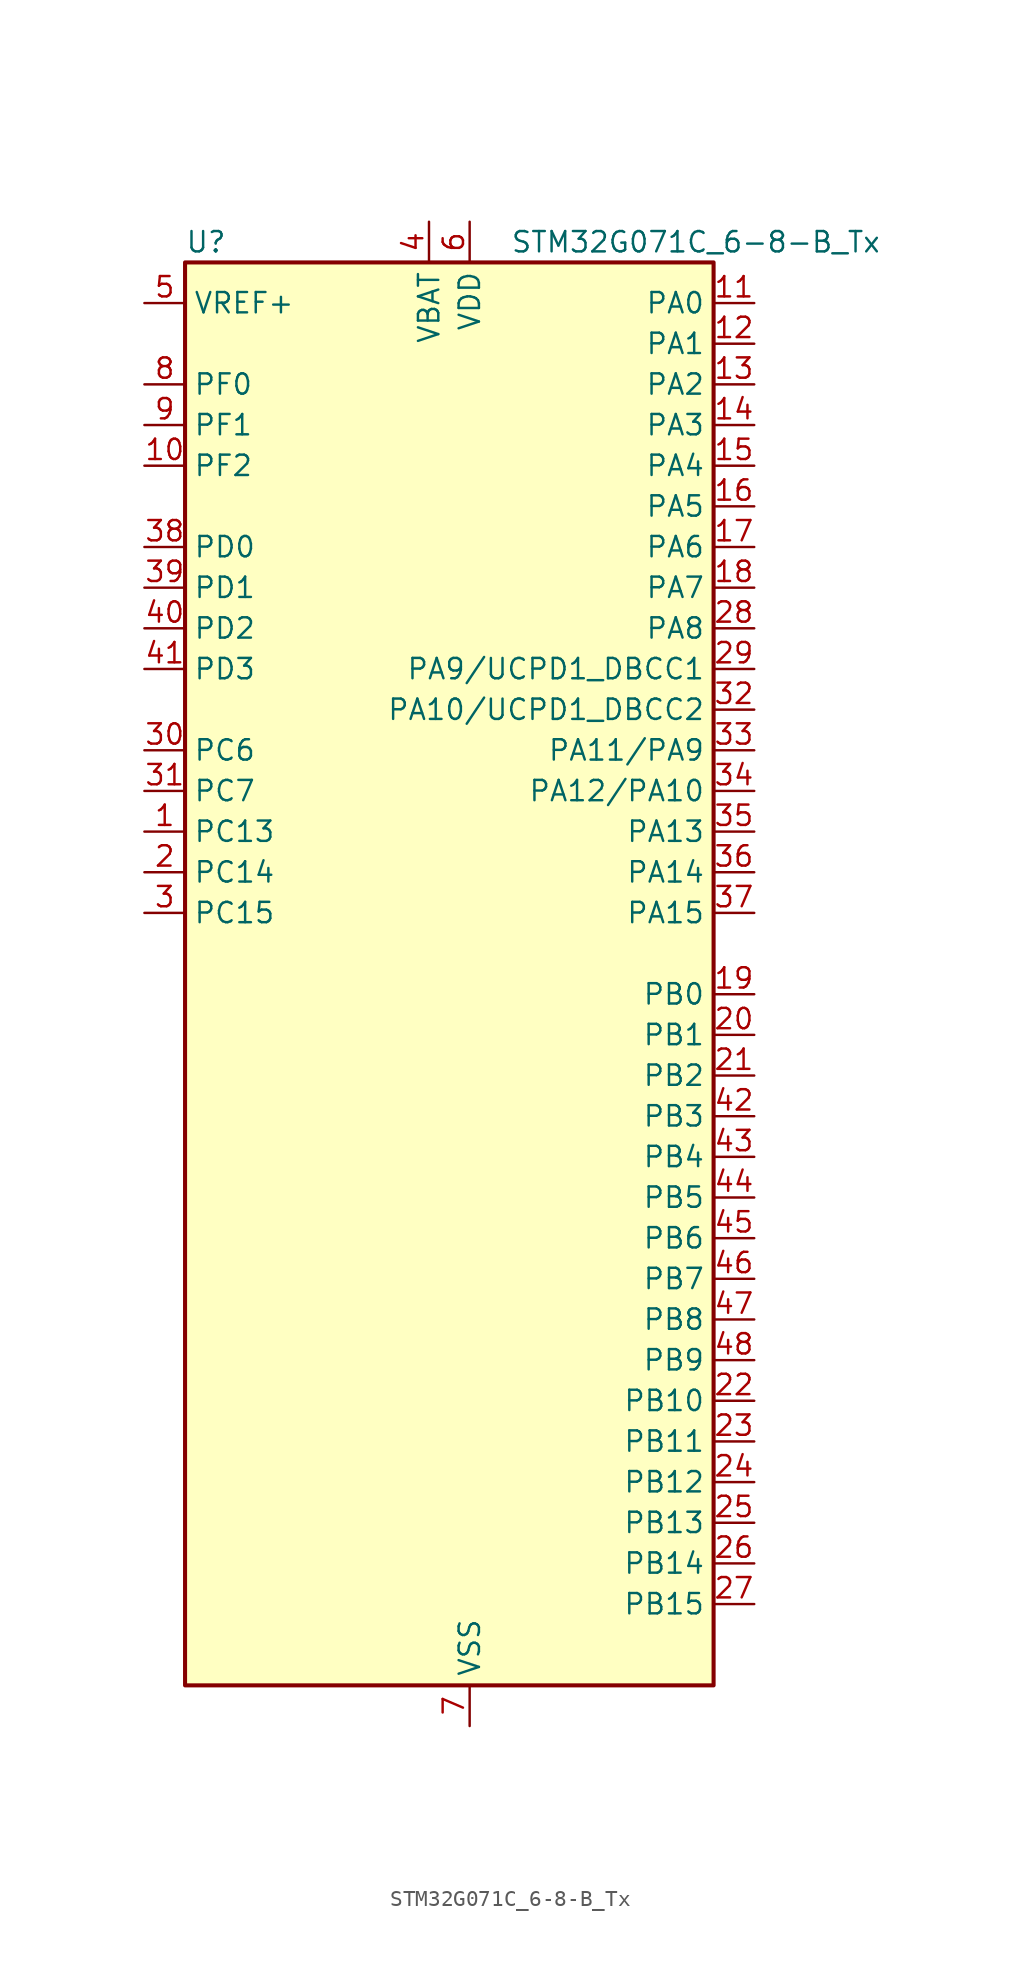
<source format=kicad_sym>
(kicad_symbol_lib
  (version 20220914)
  (generator kicad_symbol_editor)
  (symbol "STM32G071C_6-8-B_Tx"
    (property "Reference" "U"
      (at -15.24 46.99 0)
      (effects (font (size 1.27 1.27)) (justify left)))
    (property "Value" "STM32G071C_6-8-B_Tx"
      (at 5.08 46.99 0)
      (effects (font (size 1.27 1.27)) (justify left)))
    (property "ki_locked" ""
      (at 0 0 0)
      (effects (font (size 1.27 1.27))))
    (symbol "STM32G071C_6-8-B_Tx_0_1"
      (rectangle (start -15.24 -43.18) (end 17.78 45.72) (stroke (width 0.254) (type default)) (fill (type background))))
    (symbol "STM32G071C_6-8-B_Tx_1_1"
      (pin bidirectional line (at -17.78 10.16 0) (length 2.54) (name "PC13" (effects (font (size 1.27 1.27)))) (number "1" (effects (font (size 1.27 1.27)))) (alternate "RTC_OUT_ALARM" bidirectional line) (alternate "RTC_OUT_CALIB" bidirectional line) (alternate "RTC_TAMP_IN1" bidirectional line) (alternate "RTC_TS" bidirectional line) (alternate "SYS_WKUP2" bidirectional line) (alternate "TIM1_BK" bidirectional line))
      (pin bidirectional line (at -17.78 33.02 0) (length 2.54) (name "PF2" (effects (font (size 1.27 1.27)))) (number "10" (effects (font (size 1.27 1.27)))) (alternate "RCC_MCO" bidirectional line))
      (pin bidirectional line (at 20.32 43.18 180) (length 2.54) (name "PA0" (effects (font (size 1.27 1.27)))) (number "11" (effects (font (size 1.27 1.27)))) (alternate "ADC1_IN0" bidirectional line) (alternate "COMP1_INM" bidirectional line) (alternate "COMP1_OUT" bidirectional line) (alternate "LPTIM1_OUT" bidirectional line) (alternate "RTC_TAMP_IN2" bidirectional line) (alternate "SPI2_SCK" bidirectional line) (alternate "SYS_WKUP1" bidirectional line) (alternate "TIM2_CH1" bidirectional line) (alternate "TIM2_ETR" bidirectional line) (alternate "UCPD2_FRSTX1" bidirectional line) (alternate "UCPD2_FRSTX2" bidirectional line) (alternate "USART2_CTS" bidirectional line) (alternate "USART2_NSS" bidirectional line) (alternate "USART4_TX" bidirectional line))
      (pin bidirectional line (at 20.32 40.64 180) (length 2.54) (name "PA1" (effects (font (size 1.27 1.27)))) (number "12" (effects (font (size 1.27 1.27)))) (alternate "ADC1_IN1" bidirectional line) (alternate "COMP1_INP" bidirectional line) (alternate "I2C1_SMBA" bidirectional line) (alternate "I2S1_CK" bidirectional line) (alternate "SPI1_SCK" bidirectional line) (alternate "TIM15_CH1N" bidirectional line) (alternate "TIM2_CH2" bidirectional line) (alternate "USART2_CK" bidirectional line) (alternate "USART2_DE" bidirectional line) (alternate "USART2_RTS" bidirectional line) (alternate "USART4_RX" bidirectional line))
      (pin bidirectional line (at 20.32 38.1 180) (length 2.54) (name "PA2" (effects (font (size 1.27 1.27)))) (number "13" (effects (font (size 1.27 1.27)))) (alternate "ADC1_IN2" bidirectional line) (alternate "COMP2_INM" bidirectional line) (alternate "COMP2_OUT" bidirectional line) (alternate "I2S1_SD" bidirectional line) (alternate "LPUART1_TX" bidirectional line) (alternate "RCC_LSCO" bidirectional line) (alternate "SPI1_MOSI" bidirectional line) (alternate "SYS_WKUP4" bidirectional line) (alternate "TIM15_CH1" bidirectional line) (alternate "TIM2_CH3" bidirectional line) (alternate "UCPD1_FRSTX1" bidirectional line) (alternate "UCPD1_FRSTX2" bidirectional line) (alternate "USART2_TX" bidirectional line))
      (pin bidirectional line (at 20.32 35.56 180) (length 2.54) (name "PA3" (effects (font (size 1.27 1.27)))) (number "14" (effects (font (size 1.27 1.27)))) (alternate "ADC1_IN3" bidirectional line) (alternate "COMP2_INP" bidirectional line) (alternate "LPUART1_RX" bidirectional line) (alternate "SPI2_MISO" bidirectional line) (alternate "TIM15_CH2" bidirectional line) (alternate "TIM2_CH4" bidirectional line) (alternate "UCPD2_FRSTX1" bidirectional line) (alternate "UCPD2_FRSTX2" bidirectional line) (alternate "USART2_RX" bidirectional line))
      (pin bidirectional line (at 20.32 33.02 180) (length 2.54) (name "PA4" (effects (font (size 1.27 1.27)))) (number "15" (effects (font (size 1.27 1.27)))) (alternate "ADC1_IN4" bidirectional line) (alternate "DAC1_OUT1" bidirectional line) (alternate "I2S1_WS" bidirectional line) (alternate "LPTIM2_OUT" bidirectional line) (alternate "RTC_OUT_ALARM" bidirectional line) (alternate "RTC_OUT_CALIB" bidirectional line) (alternate "SPI1_NSS" bidirectional line) (alternate "SPI2_MOSI" bidirectional line) (alternate "TIM14_CH1" bidirectional line) (alternate "UCPD2_FRSTX1" bidirectional line) (alternate "UCPD2_FRSTX2" bidirectional line))
      (pin bidirectional line (at 20.32 30.48 180) (length 2.54) (name "PA5" (effects (font (size 1.27 1.27)))) (number "16" (effects (font (size 1.27 1.27)))) (alternate "ADC1_IN5" bidirectional line) (alternate "CEC" bidirectional line) (alternate "DAC1_OUT2" bidirectional line) (alternate "I2S1_CK" bidirectional line) (alternate "LPTIM2_ETR" bidirectional line) (alternate "SPI1_SCK" bidirectional line) (alternate "TIM2_CH1" bidirectional line) (alternate "TIM2_ETR" bidirectional line) (alternate "UCPD1_FRSTX1" bidirectional line) (alternate "UCPD1_FRSTX2" bidirectional line) (alternate "USART3_TX" bidirectional line))
      (pin bidirectional line (at 20.32 27.94 180) (length 2.54) (name "PA6" (effects (font (size 1.27 1.27)))) (number "17" (effects (font (size 1.27 1.27)))) (alternate "ADC1_IN6" bidirectional line) (alternate "COMP1_OUT" bidirectional line) (alternate "I2S1_MCK" bidirectional line) (alternate "LPUART1_CTS" bidirectional line) (alternate "SPI1_MISO" bidirectional line) (alternate "TIM16_CH1" bidirectional line) (alternate "TIM1_BK" bidirectional line) (alternate "TIM3_CH1" bidirectional line) (alternate "USART3_CTS" bidirectional line) (alternate "USART3_NSS" bidirectional line))
      (pin bidirectional line (at 20.32 25.4 180) (length 2.54) (name "PA7" (effects (font (size 1.27 1.27)))) (number "18" (effects (font (size 1.27 1.27)))) (alternate "ADC1_IN7" bidirectional line) (alternate "COMP2_OUT" bidirectional line) (alternate "I2S1_SD" bidirectional line) (alternate "SPI1_MOSI" bidirectional line) (alternate "TIM14_CH1" bidirectional line) (alternate "TIM17_CH1" bidirectional line) (alternate "TIM1_CH1N" bidirectional line) (alternate "TIM3_CH2" bidirectional line) (alternate "UCPD1_FRSTX1" bidirectional line) (alternate "UCPD1_FRSTX2" bidirectional line))
      (pin bidirectional line (at 20.32 0 180) (length 2.54) (name "PB0" (effects (font (size 1.27 1.27)))) (number "19" (effects (font (size 1.27 1.27)))) (alternate "ADC1_IN8" bidirectional line) (alternate "COMP1_OUT" bidirectional line) (alternate "I2S1_WS" bidirectional line) (alternate "LPTIM1_OUT" bidirectional line) (alternate "SPI1_NSS" bidirectional line) (alternate "TIM1_CH2N" bidirectional line) (alternate "TIM3_CH3" bidirectional line) (alternate "UCPD1_FRSTX1" bidirectional line) (alternate "UCPD1_FRSTX2" bidirectional line) (alternate "USART3_RX" bidirectional line))
      (pin bidirectional line (at -17.78 7.62 0) (length 2.54) (name "PC14" (effects (font (size 1.27 1.27)))) (number "2" (effects (font (size 1.27 1.27)))) (alternate "RCC_OSC32_IN" bidirectional line) (alternate "TIM1_BK2" bidirectional line))
      (pin bidirectional line (at 20.32 -2.54 180) (length 2.54) (name "PB1" (effects (font (size 1.27 1.27)))) (number "20" (effects (font (size 1.27 1.27)))) (alternate "ADC1_IN9" bidirectional line) (alternate "COMP1_INM" bidirectional line) (alternate "LPTIM2_IN1" bidirectional line) (alternate "LPUART1_DE" bidirectional line) (alternate "LPUART1_RTS" bidirectional line) (alternate "TIM14_CH1" bidirectional line) (alternate "TIM1_CH3N" bidirectional line) (alternate "TIM3_CH4" bidirectional line) (alternate "USART3_CK" bidirectional line) (alternate "USART3_DE" bidirectional line) (alternate "USART3_RTS" bidirectional line))
      (pin bidirectional line (at 20.32 -5.08 180) (length 2.54) (name "PB2" (effects (font (size 1.27 1.27)))) (number "21" (effects (font (size 1.27 1.27)))) (alternate "ADC1_IN10" bidirectional line) (alternate "COMP1_INP" bidirectional line) (alternate "LPTIM1_OUT" bidirectional line) (alternate "SPI2_MISO" bidirectional line) (alternate "USART3_TX" bidirectional line))
      (pin bidirectional line (at 20.32 -25.4 180) (length 2.54) (name "PB10" (effects (font (size 1.27 1.27)))) (number "22" (effects (font (size 1.27 1.27)))) (alternate "ADC1_IN11" bidirectional line) (alternate "CEC" bidirectional line) (alternate "COMP1_OUT" bidirectional line) (alternate "I2C2_SCL" bidirectional line) (alternate "LPUART1_RX" bidirectional line) (alternate "SPI2_SCK" bidirectional line) (alternate "TIM2_CH3" bidirectional line) (alternate "USART3_TX" bidirectional line))
      (pin bidirectional line (at 20.32 -27.94 180) (length 2.54) (name "PB11" (effects (font (size 1.27 1.27)))) (number "23" (effects (font (size 1.27 1.27)))) (alternate "ADC1_EXTI11" bidirectional line) (alternate "ADC1_IN15" bidirectional line) (alternate "COMP2_OUT" bidirectional line) (alternate "I2C2_SDA" bidirectional line) (alternate "LPUART1_TX" bidirectional line) (alternate "SPI2_MOSI" bidirectional line) (alternate "TIM2_CH4" bidirectional line) (alternate "USART3_RX" bidirectional line))
      (pin bidirectional line (at 20.32 -30.48 180) (length 2.54) (name "PB12" (effects (font (size 1.27 1.27)))) (number "24" (effects (font (size 1.27 1.27)))) (alternate "ADC1_IN16" bidirectional line) (alternate "LPUART1_DE" bidirectional line) (alternate "LPUART1_RTS" bidirectional line) (alternate "SPI2_NSS" bidirectional line) (alternate "TIM15_BK" bidirectional line) (alternate "TIM1_BK" bidirectional line) (alternate "UCPD2_FRSTX1" bidirectional line) (alternate "UCPD2_FRSTX2" bidirectional line))
      (pin bidirectional line (at 20.32 -33.02 180) (length 2.54) (name "PB13" (effects (font (size 1.27 1.27)))) (number "25" (effects (font (size 1.27 1.27)))) (alternate "I2C2_SCL" bidirectional line) (alternate "LPUART1_CTS" bidirectional line) (alternate "SPI2_SCK" bidirectional line) (alternate "TIM15_CH1N" bidirectional line) (alternate "TIM1_CH1N" bidirectional line) (alternate "USART3_CTS" bidirectional line) (alternate "USART3_NSS" bidirectional line))
      (pin bidirectional line (at 20.32 -35.56 180) (length 2.54) (name "PB14" (effects (font (size 1.27 1.27)))) (number "26" (effects (font (size 1.27 1.27)))) (alternate "I2C2_SDA" bidirectional line) (alternate "SPI2_MISO" bidirectional line) (alternate "TIM15_CH1" bidirectional line) (alternate "TIM1_CH2N" bidirectional line) (alternate "UCPD1_FRSTX1" bidirectional line) (alternate "UCPD1_FRSTX2" bidirectional line) (alternate "USART3_CK" bidirectional line) (alternate "USART3_DE" bidirectional line) (alternate "USART3_RTS" bidirectional line))
      (pin bidirectional line (at 20.32 -38.1 180) (length 2.54) (name "PB15" (effects (font (size 1.27 1.27)))) (number "27" (effects (font (size 1.27 1.27)))) (alternate "RTC_REFIN" bidirectional line) (alternate "SPI2_MOSI" bidirectional line) (alternate "TIM15_CH1N" bidirectional line) (alternate "TIM15_CH2" bidirectional line) (alternate "TIM1_CH3N" bidirectional line) (alternate "UCPD1_CC2" bidirectional line))
      (pin bidirectional line (at 20.32 22.86 180) (length 2.54) (name "PA8" (effects (font (size 1.27 1.27)))) (number "28" (effects (font (size 1.27 1.27)))) (alternate "LPTIM2_OUT" bidirectional line) (alternate "RCC_MCO" bidirectional line) (alternate "SPI2_NSS" bidirectional line) (alternate "TIM1_CH1" bidirectional line) (alternate "UCPD1_CC1" bidirectional line))
      (pin bidirectional line (at 20.32 20.32 180) (length 2.54) (name "PA9/UCPD1_DBCC1" (effects (font (size 1.27 1.27)))) (number "29" (effects (font (size 1.27 1.27)))) (alternate "DAC1_EXTI9" bidirectional line) (alternate "I2C1_SCL" bidirectional line) (alternate "RCC_MCO" bidirectional line) (alternate "SPI2_MISO" bidirectional line) (alternate "TIM15_BK" bidirectional line) (alternate "TIM1_CH2" bidirectional line) (alternate "UCPD1_DBCC1" bidirectional line) (alternate "USART1_TX" bidirectional line))
      (pin bidirectional line (at -17.78 5.08 0) (length 2.54) (name "PC15" (effects (font (size 1.27 1.27)))) (number "3" (effects (font (size 1.27 1.27)))) (alternate "RCC_OSC32_EN" bidirectional line) (alternate "RCC_OSC32_OUT" bidirectional line) (alternate "RCC_OSC_EN" bidirectional line) (alternate "TIM15_BK" bidirectional line))
      (pin bidirectional line (at -17.78 15.24 0) (length 2.54) (name "PC6" (effects (font (size 1.27 1.27)))) (number "30" (effects (font (size 1.27 1.27)))) (alternate "TIM2_CH3" bidirectional line) (alternate "TIM3_CH1" bidirectional line) (alternate "UCPD1_FRSTX1" bidirectional line) (alternate "UCPD1_FRSTX2" bidirectional line))
      (pin bidirectional line (at -17.78 12.7 0) (length 2.54) (name "PC7" (effects (font (size 1.27 1.27)))) (number "31" (effects (font (size 1.27 1.27)))) (alternate "TIM2_CH4" bidirectional line) (alternate "TIM3_CH2" bidirectional line) (alternate "UCPD2_FRSTX1" bidirectional line) (alternate "UCPD2_FRSTX2" bidirectional line))
      (pin bidirectional line (at 20.32 17.78 180) (length 2.54) (name "PA10/UCPD1_DBCC2" (effects (font (size 1.27 1.27)))) (number "32" (effects (font (size 1.27 1.27)))) (alternate "I2C1_SDA" bidirectional line) (alternate "SPI2_MOSI" bidirectional line) (alternate "TIM17_BK" bidirectional line) (alternate "TIM1_CH3" bidirectional line) (alternate "UCPD1_DBCC2" bidirectional line) (alternate "USART1_RX" bidirectional line))
      (pin bidirectional line (at 20.32 15.24 180) (length 2.54) (name "PA11/PA9" (effects (font (size 1.27 1.27)))) (number "33" (effects (font (size 1.27 1.27)))) (alternate "ADC1_EXTI11" bidirectional line) (alternate "COMP1_OUT" bidirectional line) (alternate "I2C2_SCL" bidirectional line) (alternate "I2S1_MCK" bidirectional line) (alternate "SPI1_MISO" bidirectional line) (alternate "TIM1_BK2" bidirectional line) (alternate "TIM1_CH4" bidirectional line) (alternate "USART1_CTS" bidirectional line) (alternate "USART1_NSS" bidirectional line))
      (pin bidirectional line (at 20.32 12.7 180) (length 2.54) (name "PA12/PA10" (effects (font (size 1.27 1.27)))) (number "34" (effects (font (size 1.27 1.27)))) (alternate "COMP2_OUT" bidirectional line) (alternate "I2C2_SDA" bidirectional line) (alternate "I2S1_SD" bidirectional line) (alternate "I2S_CKIN" bidirectional line) (alternate "SPI1_MOSI" bidirectional line) (alternate "TIM1_ETR" bidirectional line) (alternate "USART1_CK" bidirectional line) (alternate "USART1_DE" bidirectional line) (alternate "USART1_RTS" bidirectional line))
      (pin bidirectional line (at 20.32 10.16 180) (length 2.54) (name "PA13" (effects (font (size 1.27 1.27)))) (number "35" (effects (font (size 1.27 1.27)))) (alternate "IR_OUT" bidirectional line) (alternate "SYS_SWDIO" bidirectional line))
      (pin bidirectional line (at 20.32 7.62 180) (length 2.54) (name "PA14" (effects (font (size 1.27 1.27)))) (number "36" (effects (font (size 1.27 1.27)))) (alternate "SYS_SWCLK" bidirectional line) (alternate "USART2_TX" bidirectional line))
      (pin bidirectional line (at 20.32 5.08 180) (length 2.54) (name "PA15" (effects (font (size 1.27 1.27)))) (number "37" (effects (font (size 1.27 1.27)))) (alternate "I2S1_WS" bidirectional line) (alternate "SPI1_NSS" bidirectional line) (alternate "TIM2_CH1" bidirectional line) (alternate "TIM2_ETR" bidirectional line) (alternate "USART2_RX" bidirectional line) (alternate "USART3_CK" bidirectional line) (alternate "USART3_DE" bidirectional line) (alternate "USART3_RTS" bidirectional line) (alternate "USART4_CK" bidirectional line) (alternate "USART4_DE" bidirectional line) (alternate "USART4_RTS" bidirectional line))
      (pin bidirectional line (at -17.78 27.94 0) (length 2.54) (name "PD0" (effects (font (size 1.27 1.27)))) (number "38" (effects (font (size 1.27 1.27)))) (alternate "SPI2_NSS" bidirectional line) (alternate "TIM16_CH1" bidirectional line) (alternate "UCPD2_CC1" bidirectional line))
      (pin bidirectional line (at -17.78 25.4 0) (length 2.54) (name "PD1" (effects (font (size 1.27 1.27)))) (number "39" (effects (font (size 1.27 1.27)))) (alternate "SPI2_SCK" bidirectional line) (alternate "TIM17_CH1" bidirectional line) (alternate "UCPD2_DBCC1" bidirectional line))
      (pin power_in line (at 0 48.26 270) (length 2.54) (name "VBAT" (effects (font (size 1.27 1.27)))) (number "4" (effects (font (size 1.27 1.27)))))
      (pin bidirectional line (at -17.78 22.86 0) (length 2.54) (name "PD2" (effects (font (size 1.27 1.27)))) (number "40" (effects (font (size 1.27 1.27)))) (alternate "TIM1_CH1N" bidirectional line) (alternate "TIM3_ETR" bidirectional line) (alternate "UCPD2_CC2" bidirectional line) (alternate "USART3_CK" bidirectional line) (alternate "USART3_DE" bidirectional line) (alternate "USART3_RTS" bidirectional line))
      (pin bidirectional line (at -17.78 20.32 0) (length 2.54) (name "PD3" (effects (font (size 1.27 1.27)))) (number "41" (effects (font (size 1.27 1.27)))) (alternate "SPI2_MISO" bidirectional line) (alternate "TIM1_CH2N" bidirectional line) (alternate "UCPD2_DBCC2" bidirectional line) (alternate "USART2_CTS" bidirectional line) (alternate "USART2_NSS" bidirectional line))
      (pin bidirectional line (at 20.32 -7.62 180) (length 2.54) (name "PB3" (effects (font (size 1.27 1.27)))) (number "42" (effects (font (size 1.27 1.27)))) (alternate "COMP2_INM" bidirectional line) (alternate "I2S1_CK" bidirectional line) (alternate "SPI1_SCK" bidirectional line) (alternate "TIM1_CH2" bidirectional line) (alternate "TIM2_CH2" bidirectional line) (alternate "USART1_CK" bidirectional line) (alternate "USART1_DE" bidirectional line) (alternate "USART1_RTS" bidirectional line))
      (pin bidirectional line (at 20.32 -10.16 180) (length 2.54) (name "PB4" (effects (font (size 1.27 1.27)))) (number "43" (effects (font (size 1.27 1.27)))) (alternate "COMP2_INP" bidirectional line) (alternate "I2S1_MCK" bidirectional line) (alternate "SPI1_MISO" bidirectional line) (alternate "TIM17_BK" bidirectional line) (alternate "TIM3_CH1" bidirectional line) (alternate "USART1_CTS" bidirectional line) (alternate "USART1_NSS" bidirectional line))
      (pin bidirectional line (at 20.32 -12.7 180) (length 2.54) (name "PB5" (effects (font (size 1.27 1.27)))) (number "44" (effects (font (size 1.27 1.27)))) (alternate "COMP2_OUT" bidirectional line) (alternate "I2C1_SMBA" bidirectional line) (alternate "I2S1_SD" bidirectional line) (alternate "LPTIM1_IN1" bidirectional line) (alternate "SPI1_MOSI" bidirectional line) (alternate "SYS_WKUP6" bidirectional line) (alternate "TIM16_BK" bidirectional line) (alternate "TIM3_CH2" bidirectional line))
      (pin bidirectional line (at 20.32 -15.24 180) (length 2.54) (name "PB6" (effects (font (size 1.27 1.27)))) (number "45" (effects (font (size 1.27 1.27)))) (alternate "COMP2_INP" bidirectional line) (alternate "I2C1_SCL" bidirectional line) (alternate "LPTIM1_ETR" bidirectional line) (alternate "SPI2_MISO" bidirectional line) (alternate "TIM16_CH1N" bidirectional line) (alternate "TIM1_CH3" bidirectional line) (alternate "USART1_TX" bidirectional line))
      (pin bidirectional line (at 20.32 -17.78 180) (length 2.54) (name "PB7" (effects (font (size 1.27 1.27)))) (number "46" (effects (font (size 1.27 1.27)))) (alternate "COMP2_INM" bidirectional line) (alternate "I2C1_SDA" bidirectional line) (alternate "LPTIM1_IN2" bidirectional line) (alternate "SPI2_MOSI" bidirectional line) (alternate "SYS_PVD_IN" bidirectional line) (alternate "TIM17_CH1N" bidirectional line) (alternate "USART1_RX" bidirectional line) (alternate "USART4_CTS" bidirectional line) (alternate "USART4_NSS" bidirectional line))
      (pin bidirectional line (at 20.32 -20.32 180) (length 2.54) (name "PB8" (effects (font (size 1.27 1.27)))) (number "47" (effects (font (size 1.27 1.27)))) (alternate "CEC" bidirectional line) (alternate "I2C1_SCL" bidirectional line) (alternate "SPI2_SCK" bidirectional line) (alternate "TIM15_BK" bidirectional line) (alternate "TIM16_CH1" bidirectional line) (alternate "USART3_TX" bidirectional line))
      (pin bidirectional line (at 20.32 -22.86 180) (length 2.54) (name "PB9" (effects (font (size 1.27 1.27)))) (number "48" (effects (font (size 1.27 1.27)))) (alternate "DAC1_EXTI9" bidirectional line) (alternate "I2C1_SDA" bidirectional line) (alternate "IR_OUT" bidirectional line) (alternate "SPI2_NSS" bidirectional line) (alternate "TIM17_CH1" bidirectional line) (alternate "UCPD2_FRSTX1" bidirectional line) (alternate "UCPD2_FRSTX2" bidirectional line) (alternate "USART3_RX" bidirectional line))
      (pin input line (at -17.78 43.18 0) (length 2.54) (name "VREF+" (effects (font (size 1.27 1.27)))) (number "5" (effects (font (size 1.27 1.27)))) (alternate "VREFBUF_OUT" bidirectional line))
      (pin power_in line (at 2.54 48.26 270) (length 2.54) (name "VDD" (effects (font (size 1.27 1.27)))) (number "6" (effects (font (size 1.27 1.27)))))
      (pin power_in line (at 2.54 -45.72 90) (length 2.54) (name "VSS" (effects (font (size 1.27 1.27)))) (number "7" (effects (font (size 1.27 1.27)))))
      (pin bidirectional line (at -17.78 38.1 0) (length 2.54) (name "PF0" (effects (font (size 1.27 1.27)))) (number "8" (effects (font (size 1.27 1.27)))) (alternate "RCC_OSC_IN" bidirectional line) (alternate "TIM14_CH1" bidirectional line))
      (pin bidirectional line (at -17.78 35.56 0) (length 2.54) (name "PF1" (effects (font (size 1.27 1.27)))) (number "9" (effects (font (size 1.27 1.27)))) (alternate "RCC_OSC_EN" bidirectional line) (alternate "RCC_OSC_OUT" bidirectional line) (alternate "TIM15_CH1N" bidirectional line)))))
</source>
